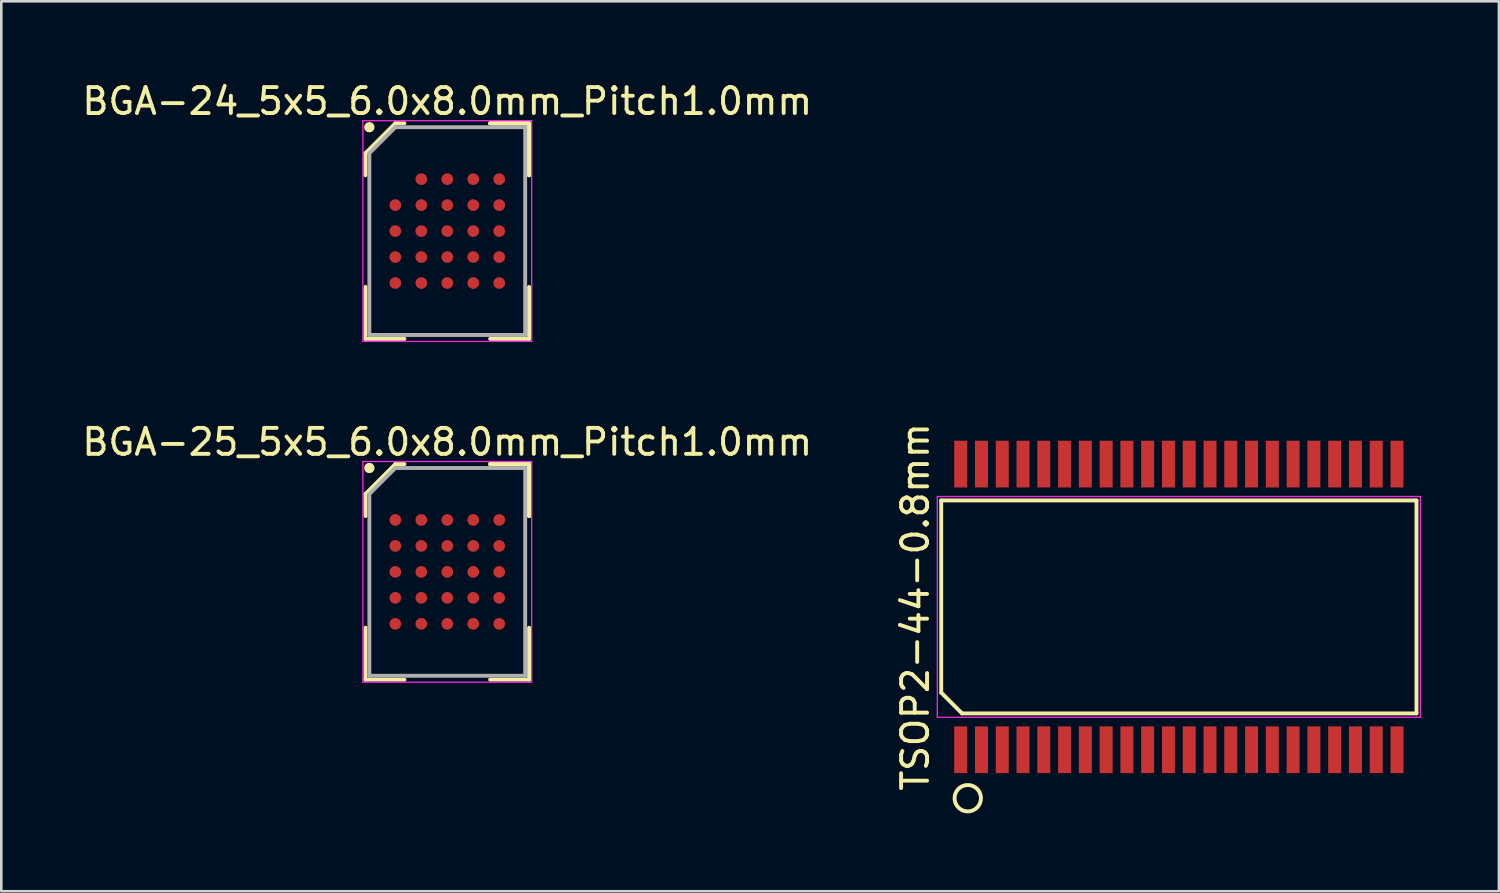
<source format=kicad_pcb>
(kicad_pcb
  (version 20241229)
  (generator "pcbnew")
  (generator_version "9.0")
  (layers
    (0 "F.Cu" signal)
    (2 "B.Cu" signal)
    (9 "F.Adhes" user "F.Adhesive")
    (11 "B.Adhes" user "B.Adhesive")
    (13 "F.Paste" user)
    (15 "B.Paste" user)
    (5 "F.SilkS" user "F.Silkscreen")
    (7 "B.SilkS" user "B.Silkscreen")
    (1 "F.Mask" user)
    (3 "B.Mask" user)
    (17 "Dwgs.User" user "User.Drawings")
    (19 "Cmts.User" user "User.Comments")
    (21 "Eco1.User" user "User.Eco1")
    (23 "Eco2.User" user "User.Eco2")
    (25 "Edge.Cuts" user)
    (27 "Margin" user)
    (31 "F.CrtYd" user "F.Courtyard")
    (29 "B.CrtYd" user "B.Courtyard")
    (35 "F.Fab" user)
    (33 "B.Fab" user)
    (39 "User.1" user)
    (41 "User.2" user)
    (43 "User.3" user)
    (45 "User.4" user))
  (footprint "TSOP2-44-0.8mm"
    (layer "F.Cu")
    (at 42.343 20.32)
    (property "Reference" "TSOP2-44-0.8mm" (at -10.15 0 90) (layer "F.SilkS") (effects (font (size 1 1) (thickness 0.15))))
    (attr smd)
    (fp_line (start -9.15 -4.1) (end 9.15 -4.1) (stroke (width 0.15) (type solid)) (layer "F.SilkS"))
    (fp_line (start -9.15 3.3) (end -9.15 -4.1) (stroke (width 0.15) (type solid)) (layer "F.SilkS"))
    (fp_line (start -8.35 4.1) (end -9.15 3.3) (stroke (width 0.15) (type solid)) (layer "F.SilkS"))
    (fp_line (start 9.15 -4.1) (end 9.15 4.1) (stroke (width 0.15) (type solid)) (layer "F.SilkS"))
    (fp_line (start 9.15 4.1) (end -8.35 4.1) (stroke (width 0.15) (type solid)) (layer "F.SilkS"))
    (fp_circle (center -8.128 7.366) (end -7.62 7.366) (stroke (width 0.15) (type solid)) (fill no) (layer "F.SilkS"))
    (fp_line (start -9.3 -4.25) (end 9.3 -4.25) (stroke (width 0.05) (type solid)) (layer "F.CrtYd"))
    (fp_line (start -9.3 4.25) (end -9.3 -4.25) (stroke (width 0.05) (type solid)) (layer "F.CrtYd"))
    (fp_line (start 9.3 -4.25) (end 9.3 4.25) (stroke (width 0.05) (type solid)) (layer "F.CrtYd"))
    (fp_line (start 9.3 4.25) (end -9.3 4.25) (stroke (width 0.05) (type solid)) (layer "F.CrtYd"))
    (pad "1" smd rect (at -8.4 5.5) (size 0.5 1.8) (layers "F.Cu" "F.Mask" "F.Paste"))
    (pad "2" smd rect (at -7.6 5.5) (size 0.5 1.8) (layers "F.Cu" "F.Mask" "F.Paste"))
    (pad "3" smd rect (at -6.8 5.5) (size 0.5 1.8) (layers "F.Cu" "F.Mask" "F.Paste"))
    (pad "4" smd rect (at -6 5.5) (size 0.5 1.8) (layers "F.Cu" "F.Mask" "F.Paste"))
    (pad "5" smd rect (at -5.2 5.5) (size 0.5 1.8) (layers "F.Cu" "F.Mask" "F.Paste"))
    (pad "6" smd rect (at -4.4 5.5) (size 0.5 1.8) (layers "F.Cu" "F.Mask" "F.Paste"))
    (pad "7" smd rect (at -3.6 5.5) (size 0.5 1.8) (layers "F.Cu" "F.Mask" "F.Paste"))
    (pad "8" smd rect (at -2.8 5.5) (size 0.5 1.8) (layers "F.Cu" "F.Mask" "F.Paste"))
    (pad "9" smd rect (at -2 5.5) (size 0.5 1.8) (layers "F.Cu" "F.Mask" "F.Paste"))
    (pad "10" smd rect (at -1.2 5.5) (size 0.5 1.8) (layers "F.Cu" "F.Mask" "F.Paste"))
    (pad "11" smd rect (at -0.4 5.5) (size 0.5 1.8) (layers "F.Cu" "F.Mask" "F.Paste"))
    (pad "12" smd rect (at 0.4 5.5) (size 0.5 1.8) (layers "F.Cu" "F.Mask" "F.Paste"))
    (pad "13" smd rect (at 1.2 5.5) (size 0.5 1.8) (layers "F.Cu" "F.Mask" "F.Paste"))
    (pad "14" smd rect (at 2 5.5) (size 0.5 1.8) (layers "F.Cu" "F.Mask" "F.Paste"))
    (pad "15" smd rect (at 2.8 5.5) (size 0.5 1.8) (layers "F.Cu" "F.Mask" "F.Paste"))
    (pad "16" smd rect (at 3.6 5.5) (size 0.5 1.8) (layers "F.Cu" "F.Mask" "F.Paste"))
    (pad "17" smd rect (at 4.4 5.5) (size 0.5 1.8) (layers "F.Cu" "F.Mask" "F.Paste"))
    (pad "18" smd rect (at 5.2 5.5) (size 0.5 1.8) (layers "F.Cu" "F.Mask" "F.Paste"))
    (pad "19" smd rect (at 6 5.5) (size 0.5 1.8) (layers "F.Cu" "F.Mask" "F.Paste"))
    (pad "20" smd rect (at 6.8 5.5) (size 0.5 1.8) (layers "F.Cu" "F.Mask" "F.Paste"))
    (pad "21" smd rect (at 7.6 5.5) (size 0.5 1.8) (layers "F.Cu" "F.Mask" "F.Paste"))
    (pad "22" smd rect (at 8.4 5.5) (size 0.5 1.8) (layers "F.Cu" "F.Mask" "F.Paste"))
    (pad "23" smd rect (at 8.4 -5.5) (size 0.5 1.8) (layers "F.Cu" "F.Mask" "F.Paste"))
    (pad "24" smd rect (at 7.6 -5.5) (size 0.5 1.8) (layers "F.Cu" "F.Mask" "F.Paste"))
    (pad "25" smd rect (at 6.8 -5.5) (size 0.5 1.8) (layers "F.Cu" "F.Mask" "F.Paste"))
    (pad "26" smd rect (at 6 -5.5) (size 0.5 1.8) (layers "F.Cu" "F.Mask" "F.Paste"))
    (pad "27" smd rect (at 5.2 -5.5) (size 0.5 1.8) (layers "F.Cu" "F.Mask" "F.Paste"))
    (pad "28" smd rect (at 4.4 -5.5) (size 0.5 1.8) (layers "F.Cu" "F.Mask" "F.Paste"))
    (pad "29" smd rect (at 3.6 -5.5) (size 0.5 1.8) (layers "F.Cu" "F.Mask" "F.Paste"))
    (pad "30" smd rect (at 2.8 -5.5) (size 0.5 1.8) (layers "F.Cu" "F.Mask" "F.Paste"))
    (pad "31" smd rect (at 2 -5.5) (size 0.5 1.8) (layers "F.Cu" "F.Mask" "F.Paste"))
    (pad "32" smd rect (at 1.2 -5.5) (size 0.5 1.8) (layers "F.Cu" "F.Mask" "F.Paste"))
    (pad "33" smd rect (at 0.4 -5.5) (size 0.5 1.8) (layers "F.Cu" "F.Mask" "F.Paste"))
    (pad "34" smd rect (at -0.4 -5.5) (size 0.5 1.8) (layers "F.Cu" "F.Mask" "F.Paste"))
    (pad "35" smd rect (at -1.2 -5.5) (size 0.5 1.8) (layers "F.Cu" "F.Mask" "F.Paste"))
    (pad "36" smd rect (at -2 -5.5) (size 0.5 1.8) (layers "F.Cu" "F.Mask" "F.Paste"))
    (pad "37" smd rect (at -2.8 -5.5) (size 0.5 1.8) (layers "F.Cu" "F.Mask" "F.Paste"))
    (pad "38" smd rect (at -3.6 -5.5) (size 0.5 1.8) (layers "F.Cu" "F.Mask" "F.Paste"))
    (pad "39" smd rect (at -4.4 -5.5) (size 0.5 1.8) (layers "F.Cu" "F.Mask" "F.Paste"))
    (pad "40" smd rect (at -5.2 -5.5) (size 0.5 1.8) (layers "F.Cu" "F.Mask" "F.Paste"))
    (pad "41" smd rect (at -6 -5.5) (size 0.5 1.8) (layers "F.Cu" "F.Mask" "F.Paste"))
    (pad "42" smd rect (at -6.8 -5.5) (size 0.5 1.8) (layers "F.Cu" "F.Mask" "F.Paste"))
    (pad "43" smd rect (at -7.6 -5.5) (size 0.5 1.8) (layers "F.Cu" "F.Mask" "F.Paste"))
    (pad "44" smd rect (at -8.4 -5.5) (size 0.5 1.8) (layers "F.Cu" "F.Mask" "F.Paste")))
  (footprint "BGA-25_5x5_6.0x8.0mm_Pitch1.0mm"
    (layer "F.Cu")
    (at 14.173 18.971)
    (property "Reference" "BGA-25_5x5_6.0x8.0mm_Pitch1.0mm" (at 0 -5 0) (layer "F.SilkS") (effects (font (size 1 1) (thickness 0.15))))
    (attr smd)
    (fp_line (start -3.15 -3) (end -3.15 -2.15) (stroke (width 0.15) (type solid)) (layer "F.SilkS"))
    (fp_line (start -3.15 4.15) (end -3.15 2.15) (stroke (width 0.15) (type solid)) (layer "F.SilkS"))
    (fp_line (start -2 -4.15) (end -3.15 -3) (stroke (width 0.15) (type solid)) (layer "F.SilkS"))
    (fp_line (start -1.65 -4.15) (end -2 -4.15) (stroke (width 0.15) (type solid)) (layer "F.SilkS"))
    (fp_line (start -1.65 4.15) (end -3.15 4.15) (stroke (width 0.15) (type solid)) (layer "F.SilkS"))
    (fp_line (start 1.65 -4.15) (end 3.15 -4.15) (stroke (width 0.15) (type solid)) (layer "F.SilkS"))
    (fp_line (start 1.65 -4.15) (end 3.15 -4.15) (stroke (width 0.15) (type solid)) (layer "F.SilkS"))
    (fp_line (start 1.65 -4.15) (end 3.15 -4.15) (stroke (width 0.15) (type solid)) (layer "F.SilkS"))
    (fp_line (start 1.65 4.15) (end 3.15 4.15) (stroke (width 0.15) (type solid)) (layer "F.SilkS"))
    (fp_line (start 3.15 -4.15) (end 3.15 -2.15) (stroke (width 0.15) (type solid)) (layer "F.SilkS"))
    (fp_line (start 3.15 -4.15) (end 3.15 -2.15) (stroke (width 0.15) (type solid)) (layer "F.SilkS"))
    (fp_line (start 3.15 -4.15) (end 3.15 -2.15) (stroke (width 0.15) (type solid)) (layer "F.SilkS"))
    (fp_line (start 3.15 4.15) (end 3.15 2.15) (stroke (width 0.15) (type solid)) (layer "F.SilkS"))
    (fp_circle (center -3 -4) (end -3 -3.9) (stroke (width 0.2) (type solid)) (fill no) (layer "F.SilkS"))
    (fp_line (start -3.25 -4.25) (end 3.25 -4.25) (stroke (width 0.05) (type solid)) (layer "F.CrtYd"))
    (fp_line (start -3.25 4.25) (end -3.25 -4.25) (stroke (width 0.05) (type solid)) (layer "F.CrtYd"))
    (fp_line (start 3.25 -4.25) (end 3.25 4.25) (stroke (width 0.05) (type solid)) (layer "F.CrtYd"))
    (fp_line (start 3.25 4.25) (end -3.25 4.25) (stroke (width 0.05) (type solid)) (layer "F.CrtYd"))
    (fp_line (start -3 -3) (end -3 4) (stroke (width 0.15) (type solid)) (layer "F.Fab"))
    (fp_line (start -3 4) (end 3 4) (stroke (width 0.15) (type solid)) (layer "F.Fab"))
    (fp_line (start -2 -4) (end -3 -3) (stroke (width 0.15) (type solid)) (layer "F.Fab"))
    (fp_line (start 3 -4) (end -2 -4) (stroke (width 0.15) (type solid)) (layer "F.Fab"))
    (fp_line (start 3 4) (end 3 -4) (stroke (width 0.15) (type solid)) (layer "F.Fab"))
    (pad "A1" smd circle (at -2 -2) (size 0.45 0.45) (layers "F.Cu" "F.Mask" "F.Paste"))
    (pad "A2" smd circle (at -1 -2) (size 0.45 0.45) (layers "F.Cu" "F.Mask" "F.Paste"))
    (pad "A3" smd circle (at 0 -2) (size 0.45 0.45) (layers "F.Cu" "F.Mask" "F.Paste"))
    (pad "A4" smd circle (at 1 -2) (size 0.45 0.45) (layers "F.Cu" "F.Mask" "F.Paste"))
    (pad "A5" smd circle (at 2 -2) (size 0.45 0.45) (layers "F.Cu" "F.Mask" "F.Paste"))
    (pad "B1" smd circle (at -2 -1) (size 0.45 0.45) (layers "F.Cu" "F.Mask" "F.Paste"))
    (pad "B2" smd circle (at -1 -1) (size 0.45 0.45) (layers "F.Cu" "F.Mask" "F.Paste"))
    (pad "B3" smd circle (at 0 -1) (size 0.45 0.45) (layers "F.Cu" "F.Mask" "F.Paste"))
    (pad "B4" smd circle (at 1 -1) (size 0.45 0.45) (layers "F.Cu" "F.Mask" "F.Paste"))
    (pad "B5" smd circle (at 2 -1) (size 0.45 0.45) (layers "F.Cu" "F.Mask" "F.Paste"))
    (pad "C1" smd circle (at -2 0) (size 0.45 0.45) (layers "F.Cu" "F.Mask" "F.Paste"))
    (pad "C2" smd circle (at -1 0) (size 0.45 0.45) (layers "F.Cu" "F.Mask" "F.Paste"))
    (pad "C3" smd circle (at 0 0) (size 0.45 0.45) (layers "F.Cu" "F.Mask" "F.Paste"))
    (pad "C4" smd circle (at 1 0) (size 0.45 0.45) (layers "F.Cu" "F.Mask" "F.Paste"))
    (pad "C5" smd circle (at 2 0) (size 0.45 0.45) (layers "F.Cu" "F.Mask" "F.Paste"))
    (pad "D1" smd circle (at -2 1) (size 0.45 0.45) (layers "F.Cu" "F.Mask" "F.Paste"))
    (pad "D2" smd circle (at -1 1) (size 0.45 0.45) (layers "F.Cu" "F.Mask" "F.Paste"))
    (pad "D3" smd circle (at 0 1) (size 0.45 0.45) (layers "F.Cu" "F.Mask" "F.Paste"))
    (pad "D4" smd circle (at 1 1) (size 0.45 0.45) (layers "F.Cu" "F.Mask" "F.Paste"))
    (pad "D5" smd circle (at 2 1) (size 0.45 0.45) (layers "F.Cu" "F.Mask" "F.Paste"))
    (pad "E1" smd circle (at -2 2) (size 0.45 0.45) (layers "F.Cu" "F.Mask" "F.Paste"))
    (pad "E2" smd circle (at -1 2) (size 0.45 0.45) (layers "F.Cu" "F.Mask" "F.Paste"))
    (pad "E3" smd circle (at 0 2) (size 0.45 0.45) (layers "F.Cu" "F.Mask" "F.Paste"))
    (pad "E4" smd circle (at 1 2) (size 0.45 0.45) (layers "F.Cu" "F.Mask" "F.Paste"))
    (pad "E5" smd circle (at 2 2) (size 0.45 0.45) (layers "F.Cu" "F.Mask" "F.Paste")))
  (footprint "BGA-24_5x5_6.0x8.0mm_Pitch1.0mm"
    (layer "F.Cu")
    (at 14.173 5.848)
    (property "Reference" "BGA-24_5x5_6.0x8.0mm_Pitch1.0mm" (at 0 -5 0) (layer "F.SilkS") (effects (font (size 1 1) (thickness 0.15))))
    (attr smd)
    (fp_line (start -3.15 -3) (end -3.15 -2.15) (stroke (width 0.15) (type solid)) (layer "F.SilkS"))
    (fp_line (start -3.15 4.15) (end -3.15 2.15) (stroke (width 0.15) (type solid)) (layer "F.SilkS"))
    (fp_line (start -2 -4.15) (end -3.15 -3) (stroke (width 0.15) (type solid)) (layer "F.SilkS"))
    (fp_line (start -1.65 -4.15) (end -2 -4.15) (stroke (width 0.15) (type solid)) (layer "F.SilkS"))
    (fp_line (start -1.65 4.15) (end -3.15 4.15) (stroke (width 0.15) (type solid)) (layer "F.SilkS"))
    (fp_line (start 1.65 -4.15) (end 3.15 -4.15) (stroke (width 0.15) (type solid)) (layer "F.SilkS"))
    (fp_line (start 1.65 -4.15) (end 3.15 -4.15) (stroke (width 0.15) (type solid)) (layer "F.SilkS"))
    (fp_line (start 1.65 -4.15) (end 3.15 -4.15) (stroke (width 0.15) (type solid)) (layer "F.SilkS"))
    (fp_line (start 1.65 4.15) (end 3.15 4.15) (stroke (width 0.15) (type solid)) (layer "F.SilkS"))
    (fp_line (start 3.15 -4.15) (end 3.15 -2.15) (stroke (width 0.15) (type solid)) (layer "F.SilkS"))
    (fp_line (start 3.15 -4.15) (end 3.15 -2.15) (stroke (width 0.15) (type solid)) (layer "F.SilkS"))
    (fp_line (start 3.15 -4.15) (end 3.15 -2.15) (stroke (width 0.15) (type solid)) (layer "F.SilkS"))
    (fp_line (start 3.15 4.15) (end 3.15 2.15) (stroke (width 0.15) (type solid)) (layer "F.SilkS"))
    (fp_circle (center -3 -4) (end -3 -3.9) (stroke (width 0.2) (type solid)) (fill no) (layer "F.SilkS"))
    (fp_line (start -3.25 -4.25) (end 3.25 -4.25) (stroke (width 0.05) (type solid)) (layer "F.CrtYd"))
    (fp_line (start -3.25 4.25) (end -3.25 -4.25) (stroke (width 0.05) (type solid)) (layer "F.CrtYd"))
    (fp_line (start 3.25 -4.25) (end 3.25 4.25) (stroke (width 0.05) (type solid)) (layer "F.CrtYd"))
    (fp_line (start 3.25 4.25) (end -3.25 4.25) (stroke (width 0.05) (type solid)) (layer "F.CrtYd"))
    (fp_line (start -3 -3) (end -3 4) (stroke (width 0.15) (type solid)) (layer "F.Fab"))
    (fp_line (start -3 4) (end 3 4) (stroke (width 0.15) (type solid)) (layer "F.Fab"))
    (fp_line (start -2 -4) (end -3 -3) (stroke (width 0.15) (type solid)) (layer "F.Fab"))
    (fp_line (start 3 -4) (end -2 -4) (stroke (width 0.15) (type solid)) (layer "F.Fab"))
    (fp_line (start 3 4) (end 3 -4) (stroke (width 0.15) (type solid)) (layer "F.Fab"))
    (pad "A2" smd circle (at -1 -2) (size 0.45 0.45) (layers "F.Cu" "F.Mask" "F.Paste"))
    (pad "A3" smd circle (at 0 -2) (size 0.45 0.45) (layers "F.Cu" "F.Mask" "F.Paste"))
    (pad "A4" smd circle (at 1 -2) (size 0.45 0.45) (layers "F.Cu" "F.Mask" "F.Paste"))
    (pad "A5" smd circle (at 2 -2) (size 0.45 0.45) (layers "F.Cu" "F.Mask" "F.Paste"))
    (pad "B1" smd circle (at -2 -1) (size 0.45 0.45) (layers "F.Cu" "F.Mask" "F.Paste"))
    (pad "B2" smd circle (at -1 -1) (size 0.45 0.45) (layers "F.Cu" "F.Mask" "F.Paste"))
    (pad "B3" smd circle (at 0 -1) (size 0.45 0.45) (layers "F.Cu" "F.Mask" "F.Paste"))
    (pad "B4" smd circle (at 1 -1) (size 0.45 0.45) (layers "F.Cu" "F.Mask" "F.Paste"))
    (pad "B5" smd circle (at 2 -1) (size 0.45 0.45) (layers "F.Cu" "F.Mask" "F.Paste"))
    (pad "C1" smd circle (at -2 0) (size 0.45 0.45) (layers "F.Cu" "F.Mask" "F.Paste"))
    (pad "C2" smd circle (at -1 0) (size 0.45 0.45) (layers "F.Cu" "F.Mask" "F.Paste"))
    (pad "C3" smd circle (at 0 0) (size 0.45 0.45) (layers "F.Cu" "F.Mask" "F.Paste"))
    (pad "C4" smd circle (at 1 0) (size 0.45 0.45) (layers "F.Cu" "F.Mask" "F.Paste"))
    (pad "C5" smd circle (at 2 0) (size 0.45 0.45) (layers "F.Cu" "F.Mask" "F.Paste"))
    (pad "D1" smd circle (at -2 1) (size 0.45 0.45) (layers "F.Cu" "F.Mask" "F.Paste"))
    (pad "D2" smd circle (at -1 1) (size 0.45 0.45) (layers "F.Cu" "F.Mask" "F.Paste"))
    (pad "D3" smd circle (at 0 1) (size 0.45 0.45) (layers "F.Cu" "F.Mask" "F.Paste"))
    (pad "D4" smd circle (at 1 1) (size 0.45 0.45) (layers "F.Cu" "F.Mask" "F.Paste"))
    (pad "D5" smd circle (at 2 1) (size 0.45 0.45) (layers "F.Cu" "F.Mask" "F.Paste"))
    (pad "E1" smd circle (at -2 2) (size 0.45 0.45) (layers "F.Cu" "F.Mask" "F.Paste"))
    (pad "E2" smd circle (at -1 2) (size 0.45 0.45) (layers "F.Cu" "F.Mask" "F.Paste"))
    (pad "E3" smd circle (at 0 2) (size 0.45 0.45) (layers "F.Cu" "F.Mask" "F.Paste"))
    (pad "E4" smd circle (at 1 2) (size 0.45 0.45) (layers "F.Cu" "F.Mask" "F.Paste"))
    (pad "E5" smd circle (at 2 2) (size 0.45 0.45) (layers "F.Cu" "F.Mask" "F.Paste")))
  (gr_rect
    (start -3 -3)
    (end 54.668 31.269)
    (stroke (width 0.1) (type default))
    (fill no)
    (layer "Edge.Cuts")))
</source>
